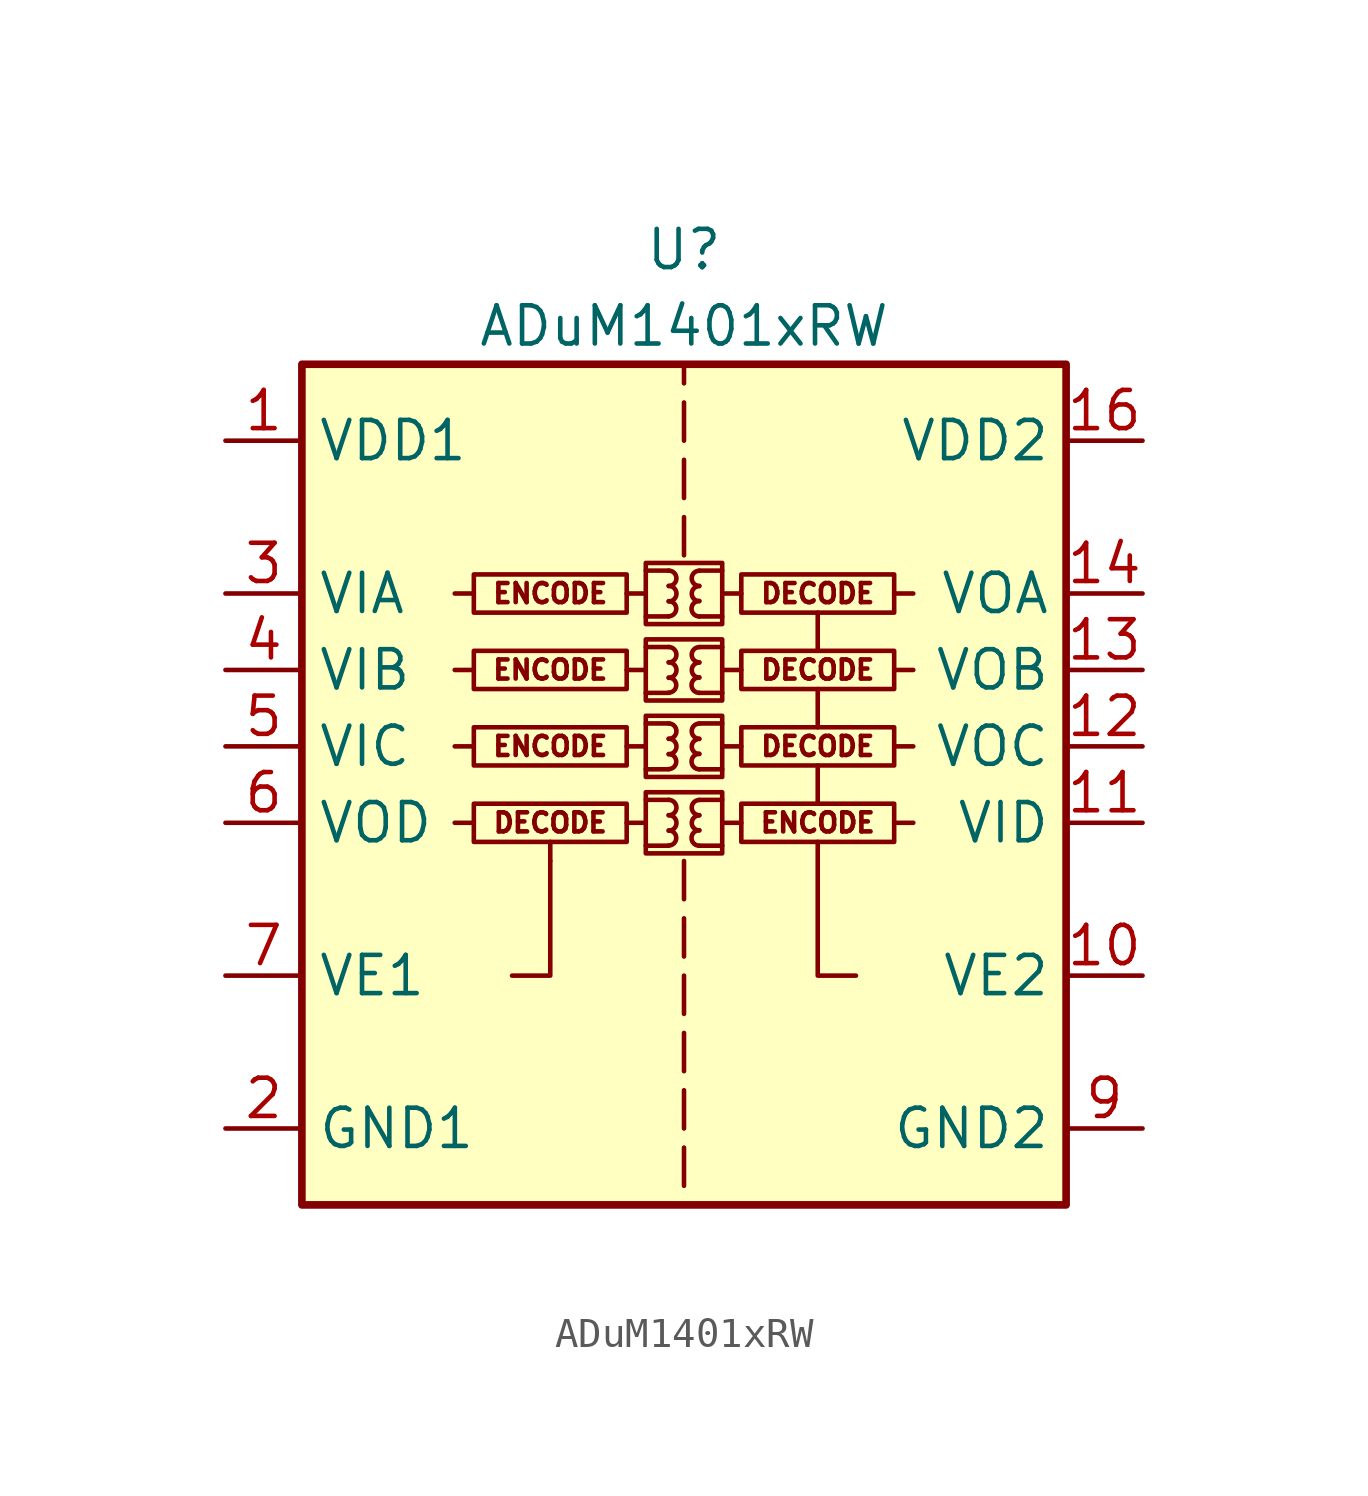
<source format=kicad_sym>
(kicad_symbol_lib
  (version 20201005)
  (generator kicad_symbol_editor)
  (symbol "ADuM1401xRW"
    (property "Reference" "U"
      (at 0 19.05 0)
      (effects (font (size 1.27 1.27))))
    (property "Value" "ADuM1401xRW"
      (at 0 16.51 0)
      (effects (font (size 1.27 1.27))))
    (symbol "ADuM1401xRW_0_0"
      (arc (start -0.508 -0.762) (end -0.508 -0.254) (radius (at -0.508 -0.508) (length 0.254) (angles -89.9 89.9)) (stroke (width 0)) (fill (type none)))
      (arc (start -0.508 -0.254) (end -0.508 0.254) (radius (at -0.508 0) (length 0.254) (angles -89.9 89.9)) (stroke (width 0)) (fill (type none)))
      (arc (start -0.508 0.254) (end -0.508 0.762) (radius (at -0.508 0.508) (length 0.254) (angles -89.9 89.9)) (stroke (width 0)) (fill (type none)))
      (arc (start -0.508 1.778) (end -0.508 2.286) (radius (at -0.508 2.032) (length 0.254) (angles -89.9 89.9)) (stroke (width 0)) (fill (type none)))
      (arc (start -0.508 2.286) (end -0.508 2.794) (radius (at -0.508 2.54) (length 0.254) (angles -89.9 89.9)) (stroke (width 0)) (fill (type none)))
      (arc (start -0.508 2.794) (end -0.508 3.302) (radius (at -0.508 3.048) (length 0.254) (angles -89.9 89.9)) (stroke (width 0)) (fill (type none)))
      (arc (start -0.508 4.318) (end -0.508 4.826) (radius (at -0.508 4.572) (length 0.254) (angles -89.9 89.9)) (stroke (width 0)) (fill (type none)))
      (arc (start -0.508 4.826) (end -0.508 5.334) (radius (at -0.508 5.08) (length 0.254) (angles -89.9 89.9)) (stroke (width 0)) (fill (type none)))
      (arc (start -0.508 5.334) (end -0.508 5.842) (radius (at -0.508 5.588) (length 0.254) (angles -89.9 89.9)) (stroke (width 0)) (fill (type none)))
      (arc (start -0.508 6.858) (end -0.508 7.366) (radius (at -0.508 7.112) (length 0.254) (angles -89.9 89.9)) (stroke (width 0)) (fill (type none)))
      (arc (start -0.508 7.366) (end -0.508 7.874) (radius (at -0.508 7.62) (length 0.254) (angles -89.9 89.9)) (stroke (width 0)) (fill (type none)))
      (arc (start -0.508 7.874) (end -0.508 8.382) (radius (at -0.508 8.128) (length 0.254) (angles -89.9 89.9)) (stroke (width 0)) (fill (type none)))
      (arc (start 0.508 -0.254) (end 0.508 -0.762) (radius (at 0.508 -0.508) (length 0.254) (angles 90.1 -90.1)) (stroke (width 0)) (fill (type none)))
      (arc (start 0.508 0.254) (end 0.508 -0.254) (radius (at 0.508 0) (length 0.254) (angles 90.1 -90.1)) (stroke (width 0)) (fill (type none)))
      (arc (start 0.508 0.762) (end 0.508 0.254) (radius (at 0.508 0.508) (length 0.254) (angles 90.1 -90.1)) (stroke (width 0)) (fill (type none)))
      (arc (start 0.508 2.286) (end 0.508 1.778) (radius (at 0.508 2.032) (length 0.254) (angles 90.1 -90.1)) (stroke (width 0)) (fill (type none)))
      (arc (start 0.508 2.794) (end 0.508 2.286) (radius (at 0.508 2.54) (length 0.254) (angles 90.1 -90.1)) (stroke (width 0)) (fill (type none)))
      (arc (start 0.508 3.302) (end 0.508 2.794) (radius (at 0.508 3.048) (length 0.254) (angles 90.1 -90.1)) (stroke (width 0)) (fill (type none)))
      (arc (start 0.508 4.826) (end 0.508 4.318) (radius (at 0.508 4.572) (length 0.254) (angles 90.1 -90.1)) (stroke (width 0)) (fill (type none)))
      (arc (start 0.508 5.334) (end 0.508 4.826) (radius (at 0.508 5.08) (length 0.254) (angles 90.1 -90.1)) (stroke (width 0)) (fill (type none)))
      (arc (start 0.508 5.842) (end 0.508 5.334) (radius (at 0.508 5.588) (length 0.254) (angles 90.1 -90.1)) (stroke (width 0)) (fill (type none)))
      (arc (start 0.508 7.366) (end 0.508 6.858) (radius (at 0.508 7.112) (length 0.254) (angles 90.1 -90.1)) (stroke (width 0)) (fill (type none)))
      (arc (start 0.508 7.874) (end 0.508 7.366) (radius (at 0.508 7.62) (length 0.254) (angles 90.1 -90.1)) (stroke (width 0)) (fill (type none)))
      (arc (start 0.508 8.382) (end 0.508 7.874) (radius (at 0.508 8.128) (length 0.254) (angles 90.1 -90.1)) (stroke (width 0)) (fill (type none)))
      (text "DECODE" (at -4.445 0 0) (effects (font (size 0.635 0.635))))
      (text "DECODE" (at 4.445 2.54 0) (effects (font (size 0.635 0.635))))
      (text "DECODE" (at 4.445 5.08 0) (effects (font (size 0.635 0.635))))
      (text "DECODE" (at 4.445 7.62 0) (effects (font (size 0.635 0.635))))
      (text "ENCODE" (at -4.445 2.54 0) (effects (font (size 0.635 0.635))))
      (text "ENCODE" (at -4.445 5.08 0) (effects (font (size 0.635 0.635))))
      (text "ENCODE" (at -4.445 7.62 0) (effects (font (size 0.635 0.635))))
      (text "ENCODE" (at 4.445 0 0) (effects (font (size 0.635 0.635))))
      (rectangle (start -1.905 0.635) (end -6.985 -0.635) (stroke (width 0)) (fill (type none)))
      (rectangle (start -1.27 1.016) (end 1.27 -1.016) (stroke (width 0)) (fill (type none)))
      (rectangle (start -1.27 3.556) (end 1.27 1.524) (stroke (width 0)) (fill (type none)))
      (rectangle (start -1.27 6.096) (end 1.27 4.064) (stroke (width 0)) (fill (type none)))
      (rectangle (start -1.27 8.636) (end 1.27 6.604) (stroke (width 0)) (fill (type none)))
      (rectangle (start 1.905 0.635) (end 6.985 -0.635) (stroke (width 0)) (fill (type none)))
      (rectangle (start 1.905 3.175) (end 6.985 1.905) (stroke (width 0)) (fill (type none)))
      (rectangle (start 1.905 5.715) (end 6.985 4.445) (stroke (width 0)) (fill (type none)))
      (rectangle (start 1.905 8.255) (end 6.985 6.985) (stroke (width 0)) (fill (type none)))
      (polyline (pts (xy -6.985 0) (xy -7.62 0)) (stroke (width 0)) (fill (type none)))
      (polyline (pts (xy -6.985 2.54) (xy -7.62 2.54)) (stroke (width 0)) (fill (type none)))
      (polyline (pts (xy -6.985 5.08) (xy -7.62 5.08)) (stroke (width 0)) (fill (type none)))
      (polyline (pts (xy -6.985 7.62) (xy -7.62 7.62)) (stroke (width 0)) (fill (type none)))
      (polyline (pts (xy -4.445 -1.27) (xy -4.445 -0.635)) (stroke (width 0)) (fill (type none)))
      (polyline (pts (xy -1.905 0) (xy -1.27 0)) (stroke (width 0)) (fill (type none)))
      (polyline (pts (xy -1.905 2.54) (xy -1.27 2.54)) (stroke (width 0)) (fill (type none)))
      (polyline (pts (xy -1.905 5.08) (xy -1.27 5.08)) (stroke (width 0)) (fill (type none)))
      (polyline (pts (xy -1.905 7.62) (xy -1.27 7.62)) (stroke (width 0)) (fill (type none)))
      (polyline (pts (xy -1.27 -0.762) (xy -0.508 -0.762)) (stroke (width 0)) (fill (type none)))
      (polyline (pts (xy -1.27 0.762) (xy -0.508 0.762)) (stroke (width 0)) (fill (type none)))
      (polyline (pts (xy -1.27 1.778) (xy -0.508 1.778)) (stroke (width 0)) (fill (type none)))
      (polyline (pts (xy -1.27 3.302) (xy -0.508 3.302)) (stroke (width 0)) (fill (type none)))
      (polyline (pts (xy -1.27 4.318) (xy -0.508 4.318)) (stroke (width 0)) (fill (type none)))
      (polyline (pts (xy -1.27 5.842) (xy -0.508 5.842)) (stroke (width 0)) (fill (type none)))
      (polyline (pts (xy -1.27 6.858) (xy -0.508 6.858)) (stroke (width 0)) (fill (type none)))
      (polyline (pts (xy -1.27 8.382) (xy -0.508 8.382)) (stroke (width 0)) (fill (type none)))
      (polyline (pts (xy 0 -10.795) (xy 0 -12.065)) (stroke (width 0)) (fill (type none)))
      (polyline (pts (xy 0 -8.89) (xy 0 -10.16)) (stroke (width 0)) (fill (type none)))
      (polyline (pts (xy 0 -6.985) (xy 0 -8.255)) (stroke (width 0)) (fill (type none)))
      (polyline (pts (xy 0 -5.08) (xy 0 -6.35)) (stroke (width 0)) (fill (type none)))
      (polyline (pts (xy 0 -3.175) (xy 0 -4.445)) (stroke (width 0)) (fill (type none)))
      (polyline (pts (xy 0 -1.27) (xy 0 -2.54)) (stroke (width 0)) (fill (type none)))
      (polyline (pts (xy 0 8.89) (xy 0 10.16)) (stroke (width 0)) (fill (type none)))
      (polyline (pts (xy 0 10.795) (xy 0 12.065)) (stroke (width 0)) (fill (type none)))
      (polyline (pts (xy 0 12.7) (xy 0 13.97)) (stroke (width 0)) (fill (type none)))
      (polyline (pts (xy 0 15.24) (xy 0 14.605)) (stroke (width 0)) (fill (type none)))
      (polyline (pts (xy 1.27 -0.762) (xy 0.508 -0.762)) (stroke (width 0)) (fill (type none)))
      (polyline (pts (xy 1.27 0.762) (xy 0.508 0.762)) (stroke (width 0)) (fill (type none)))
      (polyline (pts (xy 1.27 1.778) (xy 0.508 1.778)) (stroke (width 0)) (fill (type none)))
      (polyline (pts (xy 1.27 3.302) (xy 0.508 3.302)) (stroke (width 0)) (fill (type none)))
      (polyline (pts (xy 1.27 4.318) (xy 0.508 4.318)) (stroke (width 0)) (fill (type none)))
      (polyline (pts (xy 1.27 5.842) (xy 0.508 5.842)) (stroke (width 0)) (fill (type none)))
      (polyline (pts (xy 1.27 6.858) (xy 0.508 6.858)) (stroke (width 0)) (fill (type none)))
      (polyline (pts (xy 1.27 8.382) (xy 0.508 8.382)) (stroke (width 0)) (fill (type none)))
      (polyline (pts (xy 1.905 0) (xy 1.27 0)) (stroke (width 0)) (fill (type none)))
      (polyline (pts (xy 1.905 2.54) (xy 1.27 2.54)) (stroke (width 0)) (fill (type none)))
      (polyline (pts (xy 1.905 5.08) (xy 1.27 5.08)) (stroke (width 0)) (fill (type none)))
      (polyline (pts (xy 1.905 7.62) (xy 1.27 7.62)) (stroke (width 0)) (fill (type none)))
      (polyline (pts (xy 4.445 0.635) (xy 4.445 1.905)) (stroke (width 0)) (fill (type none)))
      (polyline (pts (xy 4.445 3.175) (xy 4.445 4.445)) (stroke (width 0)) (fill (type none)))
      (polyline (pts (xy 4.445 5.715) (xy 4.445 6.985)) (stroke (width 0)) (fill (type none)))
      (polyline (pts (xy 6.985 0) (xy 7.62 0)) (stroke (width 0)) (fill (type none)))
      (polyline (pts (xy 6.985 2.54) (xy 7.62 2.54)) (stroke (width 0)) (fill (type none)))
      (polyline (pts (xy 6.985 5.08) (xy 7.62 5.08)) (stroke (width 0)) (fill (type none)))
      (polyline (pts (xy 6.985 7.62) (xy 7.62 7.62)) (stroke (width 0)) (fill (type none)))
      (polyline (pts (xy -4.445 -1.27) (xy -4.445 -5.08) (xy -5.715 -5.08)) (stroke (width 0)) (fill (type none)))
      (polyline (pts (xy 5.715 -5.08) (xy 4.445 -5.08) (xy 4.445 -0.635)) (stroke (width 0)) (fill (type none))))
    (symbol "ADuM1401xRW_0_1"
      (rectangle (start -1.905 3.175) (end -6.985 1.905) (stroke (width 0)) (fill (type none)))
      (rectangle (start -1.905 5.715) (end -6.985 4.445) (stroke (width 0)) (fill (type none)))
      (rectangle (start -1.905 8.255) (end -6.985 6.985) (stroke (width 0)) (fill (type none)))
      (rectangle (start -12.7 15.24) (end 12.7 -12.7) (stroke (width 0.254)) (fill (type background))))
    (symbol "ADuM1401xRW_1_1"
      (pin power_in line (at -15.24 12.7 0) (length 2.54) (name "VDD1" (effects (font (size 1.27 1.27)))) (number "1" (effects (font (size 1.27 1.27)))))
      (pin input line (at 15.24 -5.08 180) (length 2.54) (name "VE2" (effects (font (size 1.27 1.27)))) (number "10" (effects (font (size 1.27 1.27)))))
      (pin input line (at 15.24 0 180) (length 2.54) (name "VID" (effects (font (size 1.27 1.27)))) (number "11" (effects (font (size 1.27 1.27)))))
      (pin output line (at 15.24 2.54 180) (length 2.54) (name "VOC" (effects (font (size 1.27 1.27)))) (number "12" (effects (font (size 1.27 1.27)))))
      (pin output line (at 15.24 5.08 180) (length 2.54) (name "VOB" (effects (font (size 1.27 1.27)))) (number "13" (effects (font (size 1.27 1.27)))))
      (pin output line (at 15.24 7.62 180) (length 2.54) (name "VOA" (effects (font (size 1.27 1.27)))) (number "14" (effects (font (size 1.27 1.27)))))
      (pin passive line (at 15.24 -10.16 180) (length 2.54) hide (name "GND2" (effects (font (size 1.27 1.27)))) (number "15" (effects (font (size 1.27 1.27)))))
      (pin power_in line (at 15.24 12.7 180) (length 2.54) (name "VDD2" (effects (font (size 1.27 1.27)))) (number "16" (effects (font (size 1.27 1.27)))))
      (pin power_in line (at -15.24 -10.16 0) (length 2.54) (name "GND1" (effects (font (size 1.27 1.27)))) (number "2" (effects (font (size 1.27 1.27)))))
      (pin input line (at -15.24 7.62 0) (length 2.54) (name "VIA" (effects (font (size 1.27 1.27)))) (number "3" (effects (font (size 1.27 1.27)))))
      (pin input line (at -15.24 5.08 0) (length 2.54) (name "VIB" (effects (font (size 1.27 1.27)))) (number "4" (effects (font (size 1.27 1.27)))))
      (pin input line (at -15.24 2.54 0) (length 2.54) (name "VIC" (effects (font (size 1.27 1.27)))) (number "5" (effects (font (size 1.27 1.27)))))
      (pin output line (at -15.24 0 0) (length 2.54) (name "VOD" (effects (font (size 1.27 1.27)))) (number "6" (effects (font (size 1.27 1.27)))))
      (pin input line (at -15.24 -5.08 0) (length 2.54) (name "VE1" (effects (font (size 1.27 1.27)))) (number "7" (effects (font (size 1.27 1.27)))))
      (pin passive line (at -15.24 -10.16 0) (length 2.54) hide (name "GND1" (effects (font (size 1.27 1.27)))) (number "8" (effects (font (size 1.27 1.27)))))
      (pin power_in line (at 15.24 -10.16 180) (length 2.54) (name "GND2" (effects (font (size 1.27 1.27)))) (number "9" (effects (font (size 1.27 1.27))))))))
</source>
